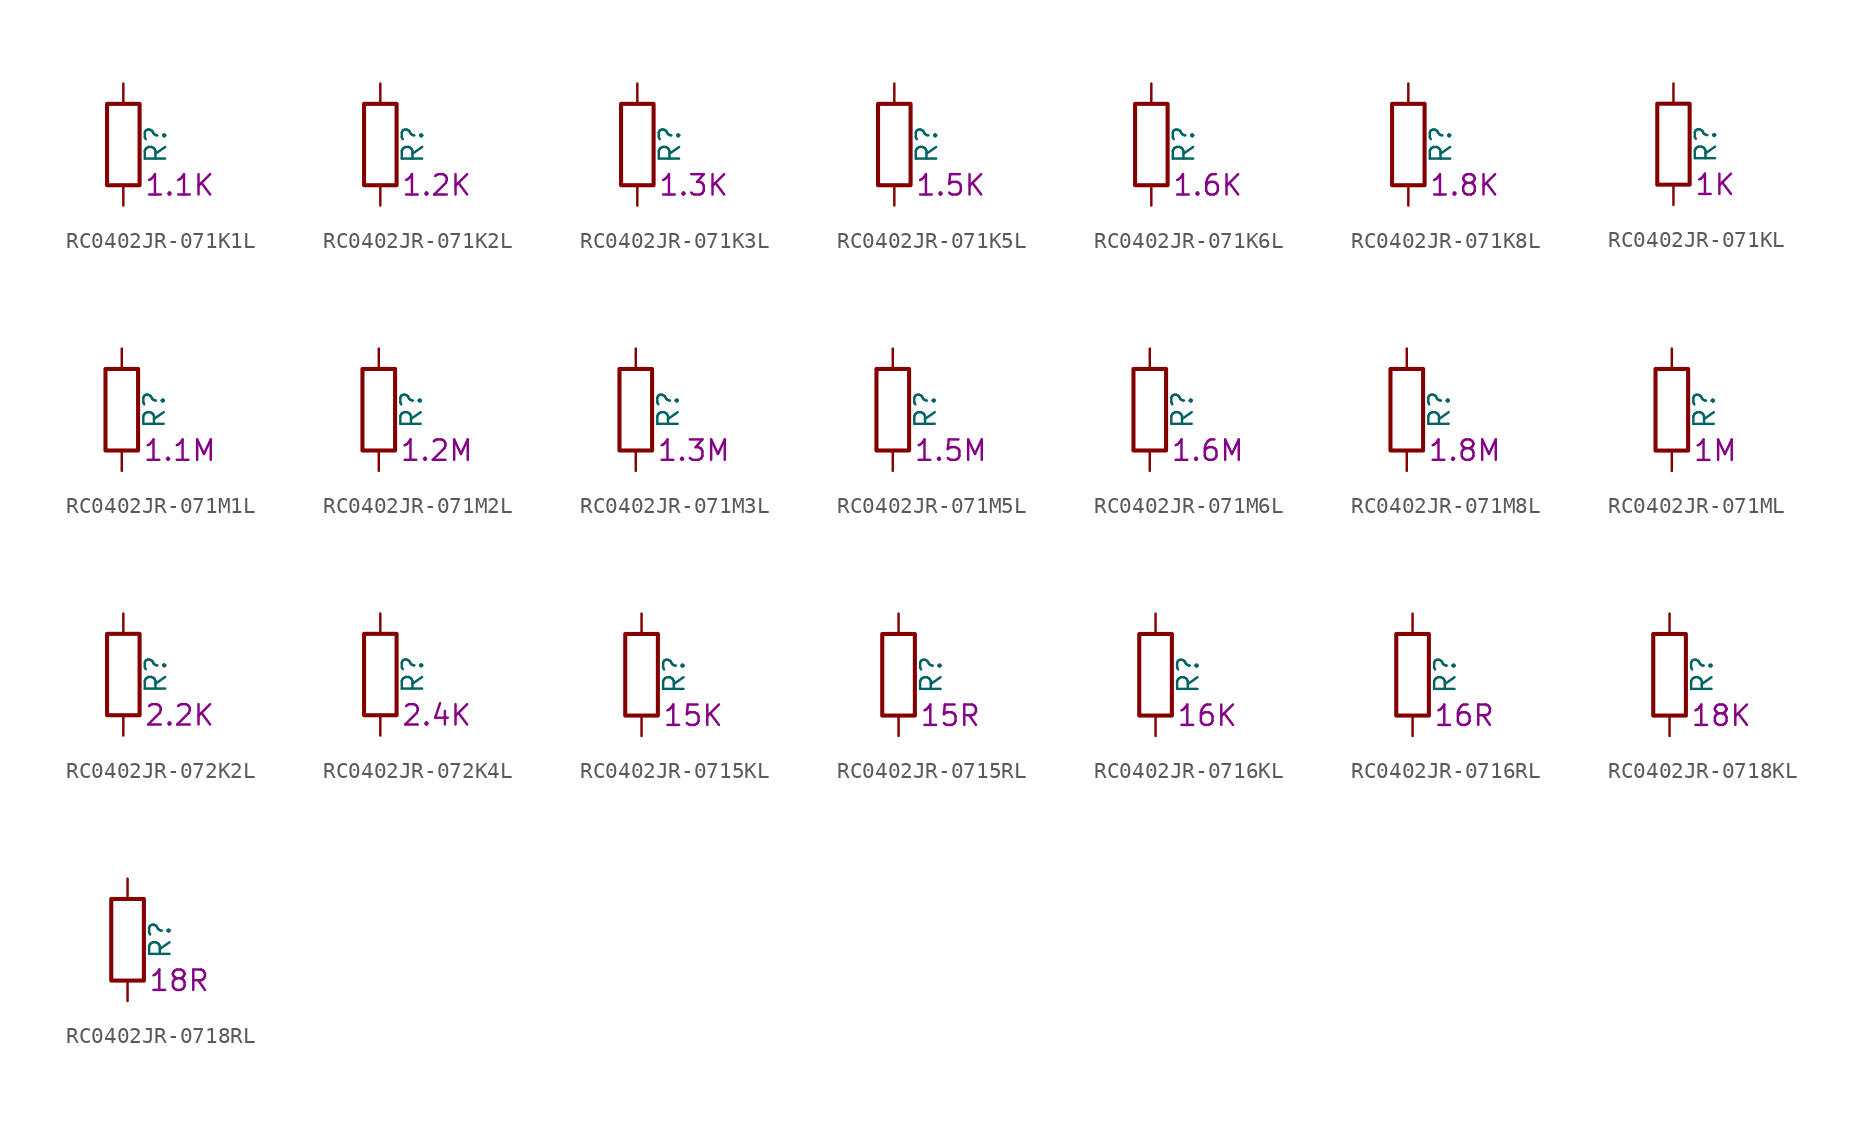
<source format=kicad_sym>
(kicad_symbol_lib
  (version 20220914)
  (generator kicad_symbol_editor)
  (symbol "RC0402JR-071K1L"
    (pin_numbers hide)
    (pin_names
      (offset 0))
    (property "Reference" "R"
      (at 2.032 0 90)
      (effects (font (size 1.27 1.27))))
    (property "Resistance" "1.1K"
      (at 1.27 -2.54 0)
      (effects (font (size 1.27 1.27)) (justify left)))
    (symbol "RC0402JR-071K1L_0_1"
      (rectangle (start -1.016 -2.54) (end 1.016 2.54) (stroke (width 0.254) (type default)) (fill (type none))))
    (symbol "RC0402JR-071K1L_1_1"
      (pin passive line (at 0 3.81 270) (length 1.27) (name "~" (effects (font (size 1.27 1.27)))) (number "1" (effects (font (size 1.27 1.27)))))
      (pin passive line (at 0 -3.81 90) (length 1.27) (name "~" (effects (font (size 1.27 1.27)))) (number "2" (effects (font (size 1.27 1.27)))))))
  (symbol "RC0402JR-071K2L"
    (pin_numbers hide)
    (pin_names
      (offset 0))
    (property "Reference" "R"
      (at 2.032 0 90)
      (effects (font (size 1.27 1.27))))
    (property "Resistance" "1.2K"
      (at 1.27 -2.54 0)
      (effects (font (size 1.27 1.27)) (justify left)))
    (symbol "RC0402JR-071K2L_0_1"
      (rectangle (start -1.016 -2.54) (end 1.016 2.54) (stroke (width 0.254) (type default)) (fill (type none))))
    (symbol "RC0402JR-071K2L_1_1"
      (pin passive line (at 0 3.81 270) (length 1.27) (name "~" (effects (font (size 1.27 1.27)))) (number "1" (effects (font (size 1.27 1.27)))))
      (pin passive line (at 0 -3.81 90) (length 1.27) (name "~" (effects (font (size 1.27 1.27)))) (number "2" (effects (font (size 1.27 1.27)))))))
  (symbol "RC0402JR-071K3L"
    (pin_numbers hide)
    (pin_names
      (offset 0))
    (property "Reference" "R"
      (at 2.032 0 90)
      (effects (font (size 1.27 1.27))))
    (property "Resistance" "1.3K"
      (at 1.27 -2.54 0)
      (effects (font (size 1.27 1.27)) (justify left)))
    (symbol "RC0402JR-071K3L_0_1"
      (rectangle (start -1.016 -2.54) (end 1.016 2.54) (stroke (width 0.254) (type default)) (fill (type none))))
    (symbol "RC0402JR-071K3L_1_1"
      (pin passive line (at 0 3.81 270) (length 1.27) (name "~" (effects (font (size 1.27 1.27)))) (number "1" (effects (font (size 1.27 1.27)))))
      (pin passive line (at 0 -3.81 90) (length 1.27) (name "~" (effects (font (size 1.27 1.27)))) (number "2" (effects (font (size 1.27 1.27)))))))
  (symbol "RC0402JR-071K5L"
    (pin_numbers hide)
    (pin_names
      (offset 0))
    (property "Reference" "R"
      (at 2.032 0 90)
      (effects (font (size 1.27 1.27))))
    (property "Resistance" "1.5K"
      (at 1.27 -2.54 0)
      (effects (font (size 1.27 1.27)) (justify left)))
    (symbol "RC0402JR-071K5L_0_1"
      (rectangle (start -1.016 -2.54) (end 1.016 2.54) (stroke (width 0.254) (type default)) (fill (type none))))
    (symbol "RC0402JR-071K5L_1_1"
      (pin passive line (at 0 3.81 270) (length 1.27) (name "~" (effects (font (size 1.27 1.27)))) (number "1" (effects (font (size 1.27 1.27)))))
      (pin passive line (at 0 -3.81 90) (length 1.27) (name "~" (effects (font (size 1.27 1.27)))) (number "2" (effects (font (size 1.27 1.27)))))))
  (symbol "RC0402JR-071K6L"
    (pin_numbers hide)
    (pin_names
      (offset 0))
    (property "Reference" "R"
      (at 2.032 0 90)
      (effects (font (size 1.27 1.27))))
    (property "Resistance" "1.6K"
      (at 1.27 -2.54 0)
      (effects (font (size 1.27 1.27)) (justify left)))
    (symbol "RC0402JR-071K6L_0_1"
      (rectangle (start -1.016 -2.54) (end 1.016 2.54) (stroke (width 0.254) (type default)) (fill (type none))))
    (symbol "RC0402JR-071K6L_1_1"
      (pin passive line (at 0 3.81 270) (length 1.27) (name "~" (effects (font (size 1.27 1.27)))) (number "1" (effects (font (size 1.27 1.27)))))
      (pin passive line (at 0 -3.81 90) (length 1.27) (name "~" (effects (font (size 1.27 1.27)))) (number "2" (effects (font (size 1.27 1.27)))))))
  (symbol "RC0402JR-071K8L"
    (pin_numbers hide)
    (pin_names
      (offset 0))
    (property "Reference" "R"
      (at 2.032 0 90)
      (effects (font (size 1.27 1.27))))
    (property "Resistance" "1.8K"
      (at 1.27 -2.54 0)
      (effects (font (size 1.27 1.27)) (justify left)))
    (symbol "RC0402JR-071K8L_0_1"
      (rectangle (start -1.016 -2.54) (end 1.016 2.54) (stroke (width 0.254) (type default)) (fill (type none))))
    (symbol "RC0402JR-071K8L_1_1"
      (pin passive line (at 0 3.81 270) (length 1.27) (name "~" (effects (font (size 1.27 1.27)))) (number "1" (effects (font (size 1.27 1.27)))))
      (pin passive line (at 0 -3.81 90) (length 1.27) (name "~" (effects (font (size 1.27 1.27)))) (number "2" (effects (font (size 1.27 1.27)))))))
  (symbol "RC0402JR-071KL"
    (pin_numbers hide)
    (pin_names
      (offset 0))
    (property "Reference" "R"
      (at 2.032 0 90)
      (effects (font (size 1.27 1.27))))
    (property "Resistance" "1K"
      (at 1.27 -2.54 0)
      (effects (font (size 1.27 1.27)) (justify left)))
    (symbol "RC0402JR-071KL_0_1"
      (rectangle (start -1.016 -2.54) (end 1.016 2.54) (stroke (width 0.254) (type default)) (fill (type none))))
    (symbol "RC0402JR-071KL_1_1"
      (pin passive line (at 0 3.81 270) (length 1.27) (name "~" (effects (font (size 1.27 1.27)))) (number "1" (effects (font (size 1.27 1.27)))))
      (pin passive line (at 0 -3.81 90) (length 1.27) (name "~" (effects (font (size 1.27 1.27)))) (number "2" (effects (font (size 1.27 1.27)))))))
  (symbol "RC0402JR-071M1L"
    (pin_numbers hide)
    (pin_names
      (offset 0))
    (property "Reference" "R"
      (at 2.032 0 90)
      (effects (font (size 1.27 1.27))))
    (property "Resistance" "1.1M"
      (at 1.27 -2.54 0)
      (effects (font (size 1.27 1.27)) (justify left)))
    (symbol "RC0402JR-071M1L_0_1"
      (rectangle (start -1.016 -2.54) (end 1.016 2.54) (stroke (width 0.254) (type default)) (fill (type none))))
    (symbol "RC0402JR-071M1L_1_1"
      (pin passive line (at 0 3.81 270) (length 1.27) (name "~" (effects (font (size 1.27 1.27)))) (number "1" (effects (font (size 1.27 1.27)))))
      (pin passive line (at 0 -3.81 90) (length 1.27) (name "~" (effects (font (size 1.27 1.27)))) (number "2" (effects (font (size 1.27 1.27)))))))
  (symbol "RC0402JR-071M2L"
    (pin_numbers hide)
    (pin_names
      (offset 0))
    (property "Reference" "R"
      (at 2.032 0 90)
      (effects (font (size 1.27 1.27))))
    (property "Resistance" "1.2M"
      (at 1.27 -2.54 0)
      (effects (font (size 1.27 1.27)) (justify left)))
    (symbol "RC0402JR-071M2L_0_1"
      (rectangle (start -1.016 -2.54) (end 1.016 2.54) (stroke (width 0.254) (type default)) (fill (type none))))
    (symbol "RC0402JR-071M2L_1_1"
      (pin passive line (at 0 3.81 270) (length 1.27) (name "~" (effects (font (size 1.27 1.27)))) (number "1" (effects (font (size 1.27 1.27)))))
      (pin passive line (at 0 -3.81 90) (length 1.27) (name "~" (effects (font (size 1.27 1.27)))) (number "2" (effects (font (size 1.27 1.27)))))))
  (symbol "RC0402JR-071M3L"
    (pin_numbers hide)
    (pin_names
      (offset 0))
    (property "Reference" "R"
      (at 2.032 0 90)
      (effects (font (size 1.27 1.27))))
    (property "Resistance" "1.3M"
      (at 1.27 -2.54 0)
      (effects (font (size 1.27 1.27)) (justify left)))
    (symbol "RC0402JR-071M3L_0_1"
      (rectangle (start -1.016 -2.54) (end 1.016 2.54) (stroke (width 0.254) (type default)) (fill (type none))))
    (symbol "RC0402JR-071M3L_1_1"
      (pin passive line (at 0 3.81 270) (length 1.27) (name "~" (effects (font (size 1.27 1.27)))) (number "1" (effects (font (size 1.27 1.27)))))
      (pin passive line (at 0 -3.81 90) (length 1.27) (name "~" (effects (font (size 1.27 1.27)))) (number "2" (effects (font (size 1.27 1.27)))))))
  (symbol "RC0402JR-071M5L"
    (pin_numbers hide)
    (pin_names
      (offset 0))
    (property "Reference" "R"
      (at 2.032 0 90)
      (effects (font (size 1.27 1.27))))
    (property "Resistance" "1.5M"
      (at 1.27 -2.54 0)
      (effects (font (size 1.27 1.27)) (justify left)))
    (symbol "RC0402JR-071M5L_0_1"
      (rectangle (start -1.016 -2.54) (end 1.016 2.54) (stroke (width 0.254) (type default)) (fill (type none))))
    (symbol "RC0402JR-071M5L_1_1"
      (pin passive line (at 0 3.81 270) (length 1.27) (name "~" (effects (font (size 1.27 1.27)))) (number "1" (effects (font (size 1.27 1.27)))))
      (pin passive line (at 0 -3.81 90) (length 1.27) (name "~" (effects (font (size 1.27 1.27)))) (number "2" (effects (font (size 1.27 1.27)))))))
  (symbol "RC0402JR-071M6L"
    (pin_numbers hide)
    (pin_names
      (offset 0))
    (property "Reference" "R"
      (at 2.032 0 90)
      (effects (font (size 1.27 1.27))))
    (property "Resistance" "1.6M"
      (at 1.27 -2.54 0)
      (effects (font (size 1.27 1.27)) (justify left)))
    (symbol "RC0402JR-071M6L_0_1"
      (rectangle (start -1.016 -2.54) (end 1.016 2.54) (stroke (width 0.254) (type default)) (fill (type none))))
    (symbol "RC0402JR-071M6L_1_1"
      (pin passive line (at 0 3.81 270) (length 1.27) (name "~" (effects (font (size 1.27 1.27)))) (number "1" (effects (font (size 1.27 1.27)))))
      (pin passive line (at 0 -3.81 90) (length 1.27) (name "~" (effects (font (size 1.27 1.27)))) (number "2" (effects (font (size 1.27 1.27)))))))
  (symbol "RC0402JR-071M8L"
    (pin_numbers hide)
    (pin_names
      (offset 0))
    (property "Reference" "R"
      (at 2.032 0 90)
      (effects (font (size 1.27 1.27))))
    (property "Resistance" "1.8M"
      (at 1.27 -2.54 0)
      (effects (font (size 1.27 1.27)) (justify left)))
    (symbol "RC0402JR-071M8L_0_1"
      (rectangle (start -1.016 -2.54) (end 1.016 2.54) (stroke (width 0.254) (type default)) (fill (type none))))
    (symbol "RC0402JR-071M8L_1_1"
      (pin passive line (at 0 3.81 270) (length 1.27) (name "~" (effects (font (size 1.27 1.27)))) (number "1" (effects (font (size 1.27 1.27)))))
      (pin passive line (at 0 -3.81 90) (length 1.27) (name "~" (effects (font (size 1.27 1.27)))) (number "2" (effects (font (size 1.27 1.27)))))))
  (symbol "RC0402JR-071ML"
    (pin_numbers hide)
    (pin_names
      (offset 0))
    (property "Reference" "R"
      (at 2.032 0 90)
      (effects (font (size 1.27 1.27))))
    (property "Resistance" "1M"
      (at 1.27 -2.54 0)
      (effects (font (size 1.27 1.27)) (justify left)))
    (symbol "RC0402JR-071ML_0_1"
      (rectangle (start -1.016 -2.54) (end 1.016 2.54) (stroke (width 0.254) (type default)) (fill (type none))))
    (symbol "RC0402JR-071ML_1_1"
      (pin passive line (at 0 3.81 270) (length 1.27) (name "~" (effects (font (size 1.27 1.27)))) (number "1" (effects (font (size 1.27 1.27)))))
      (pin passive line (at 0 -3.81 90) (length 1.27) (name "~" (effects (font (size 1.27 1.27)))) (number "2" (effects (font (size 1.27 1.27)))))))
  (symbol "RC0402JR-072K2L"
    (pin_numbers hide)
    (pin_names
      (offset 0))
    (property "Reference" "R"
      (at 2.032 0 90)
      (effects (font (size 1.27 1.27))))
    (property "Resistance" "2.2K"
      (at 1.27 -2.54 0)
      (effects (font (size 1.27 1.27)) (justify left)))
    (symbol "RC0402JR-072K2L_0_1"
      (rectangle (start -1.016 -2.54) (end 1.016 2.54) (stroke (width 0.254) (type default)) (fill (type none))))
    (symbol "RC0402JR-072K2L_1_1"
      (pin passive line (at 0 3.81 270) (length 1.27) (name "~" (effects (font (size 1.27 1.27)))) (number "1" (effects (font (size 1.27 1.27)))))
      (pin passive line (at 0 -3.81 90) (length 1.27) (name "~" (effects (font (size 1.27 1.27)))) (number "2" (effects (font (size 1.27 1.27)))))))
  (symbol "RC0402JR-072K4L"
    (pin_numbers hide)
    (pin_names
      (offset 0))
    (property "Reference" "R"
      (at 2.032 0 90)
      (effects (font (size 1.27 1.27))))
    (property "Resistance" "2.4K"
      (at 1.27 -2.54 0)
      (effects (font (size 1.27 1.27)) (justify left)))
    (symbol "RC0402JR-072K4L_0_1"
      (rectangle (start -1.016 -2.54) (end 1.016 2.54) (stroke (width 0.254) (type default)) (fill (type none))))
    (symbol "RC0402JR-072K4L_1_1"
      (pin passive line (at 0 3.81 270) (length 1.27) (name "~" (effects (font (size 1.27 1.27)))) (number "1" (effects (font (size 1.27 1.27)))))
      (pin passive line (at 0 -3.81 90) (length 1.27) (name "~" (effects (font (size 1.27 1.27)))) (number "2" (effects (font (size 1.27 1.27)))))))
  (symbol "RC0402JR-0715KL"
    (pin_numbers hide)
    (pin_names
      (offset 0))
    (property "Reference" "R"
      (at 2.032 0 90)
      (effects (font (size 1.27 1.27))))
    (property "Resistance" "15K"
      (at 1.27 -2.54 0)
      (effects (font (size 1.27 1.27)) (justify left)))
    (symbol "RC0402JR-0715KL_0_1"
      (rectangle (start -1.016 -2.54) (end 1.016 2.54) (stroke (width 0.254) (type default)) (fill (type none))))
    (symbol "RC0402JR-0715KL_1_1"
      (pin passive line (at 0 3.81 270) (length 1.27) (name "~" (effects (font (size 1.27 1.27)))) (number "1" (effects (font (size 1.27 1.27)))))
      (pin passive line (at 0 -3.81 90) (length 1.27) (name "~" (effects (font (size 1.27 1.27)))) (number "2" (effects (font (size 1.27 1.27)))))))
  (symbol "RC0402JR-0715RL"
    (pin_numbers hide)
    (pin_names
      (offset 0))
    (property "Reference" "R"
      (at 2.032 0 90)
      (effects (font (size 1.27 1.27))))
    (property "Resistance" "15R"
      (at 1.27 -2.54 0)
      (effects (font (size 1.27 1.27)) (justify left)))
    (symbol "RC0402JR-0715RL_0_1"
      (rectangle (start -1.016 -2.54) (end 1.016 2.54) (stroke (width 0.254) (type default)) (fill (type none))))
    (symbol "RC0402JR-0715RL_1_1"
      (pin passive line (at 0 3.81 270) (length 1.27) (name "~" (effects (font (size 1.27 1.27)))) (number "1" (effects (font (size 1.27 1.27)))))
      (pin passive line (at 0 -3.81 90) (length 1.27) (name "~" (effects (font (size 1.27 1.27)))) (number "2" (effects (font (size 1.27 1.27)))))))
  (symbol "RC0402JR-0716KL"
    (pin_numbers hide)
    (pin_names
      (offset 0))
    (property "Reference" "R"
      (at 2.032 0 90)
      (effects (font (size 1.27 1.27))))
    (property "Resistance" "16K"
      (at 1.27 -2.54 0)
      (effects (font (size 1.27 1.27)) (justify left)))
    (symbol "RC0402JR-0716KL_0_1"
      (rectangle (start -1.016 -2.54) (end 1.016 2.54) (stroke (width 0.254) (type default)) (fill (type none))))
    (symbol "RC0402JR-0716KL_1_1"
      (pin passive line (at 0 3.81 270) (length 1.27) (name "~" (effects (font (size 1.27 1.27)))) (number "1" (effects (font (size 1.27 1.27)))))
      (pin passive line (at 0 -3.81 90) (length 1.27) (name "~" (effects (font (size 1.27 1.27)))) (number "2" (effects (font (size 1.27 1.27)))))))
  (symbol "RC0402JR-0716RL"
    (pin_numbers hide)
    (pin_names
      (offset 0))
    (property "Reference" "R"
      (at 2.032 0 90)
      (effects (font (size 1.27 1.27))))
    (property "Resistance" "16R"
      (at 1.27 -2.54 0)
      (effects (font (size 1.27 1.27)) (justify left)))
    (symbol "RC0402JR-0716RL_0_1"
      (rectangle (start -1.016 -2.54) (end 1.016 2.54) (stroke (width 0.254) (type default)) (fill (type none))))
    (symbol "RC0402JR-0716RL_1_1"
      (pin passive line (at 0 3.81 270) (length 1.27) (name "~" (effects (font (size 1.27 1.27)))) (number "1" (effects (font (size 1.27 1.27)))))
      (pin passive line (at 0 -3.81 90) (length 1.27) (name "~" (effects (font (size 1.27 1.27)))) (number "2" (effects (font (size 1.27 1.27)))))))
  (symbol "RC0402JR-0718KL"
    (pin_numbers hide)
    (pin_names
      (offset 0))
    (property "Reference" "R"
      (at 2.032 0 90)
      (effects (font (size 1.27 1.27))))
    (property "Resistance" "18K"
      (at 1.27 -2.54 0)
      (effects (font (size 1.27 1.27)) (justify left)))
    (symbol "RC0402JR-0718KL_0_1"
      (rectangle (start -1.016 -2.54) (end 1.016 2.54) (stroke (width 0.254) (type default)) (fill (type none))))
    (symbol "RC0402JR-0718KL_1_1"
      (pin passive line (at 0 3.81 270) (length 1.27) (name "~" (effects (font (size 1.27 1.27)))) (number "1" (effects (font (size 1.27 1.27)))))
      (pin passive line (at 0 -3.81 90) (length 1.27) (name "~" (effects (font (size 1.27 1.27)))) (number "2" (effects (font (size 1.27 1.27)))))))
  (symbol "RC0402JR-0718RL"
    (pin_numbers hide)
    (pin_names
      (offset 0))
    (property "Reference" "R"
      (at 2.032 0 90)
      (effects (font (size 1.27 1.27))))
    (property "Resistance" "18R"
      (at 1.27 -2.54 0)
      (effects (font (size 1.27 1.27)) (justify left)))
    (symbol "RC0402JR-0718RL_0_1"
      (rectangle (start -1.016 -2.54) (end 1.016 2.54) (stroke (width 0.254) (type default)) (fill (type none))))
    (symbol "RC0402JR-0718RL_1_1"
      (pin passive line (at 0 3.81 270) (length 1.27) (name "~" (effects (font (size 1.27 1.27)))) (number "1" (effects (font (size 1.27 1.27)))))
      (pin passive line (at 0 -3.81 90) (length 1.27) (name "~" (effects (font (size 1.27 1.27)))) (number "2" (effects (font (size 1.27 1.27))))))))
</source>
